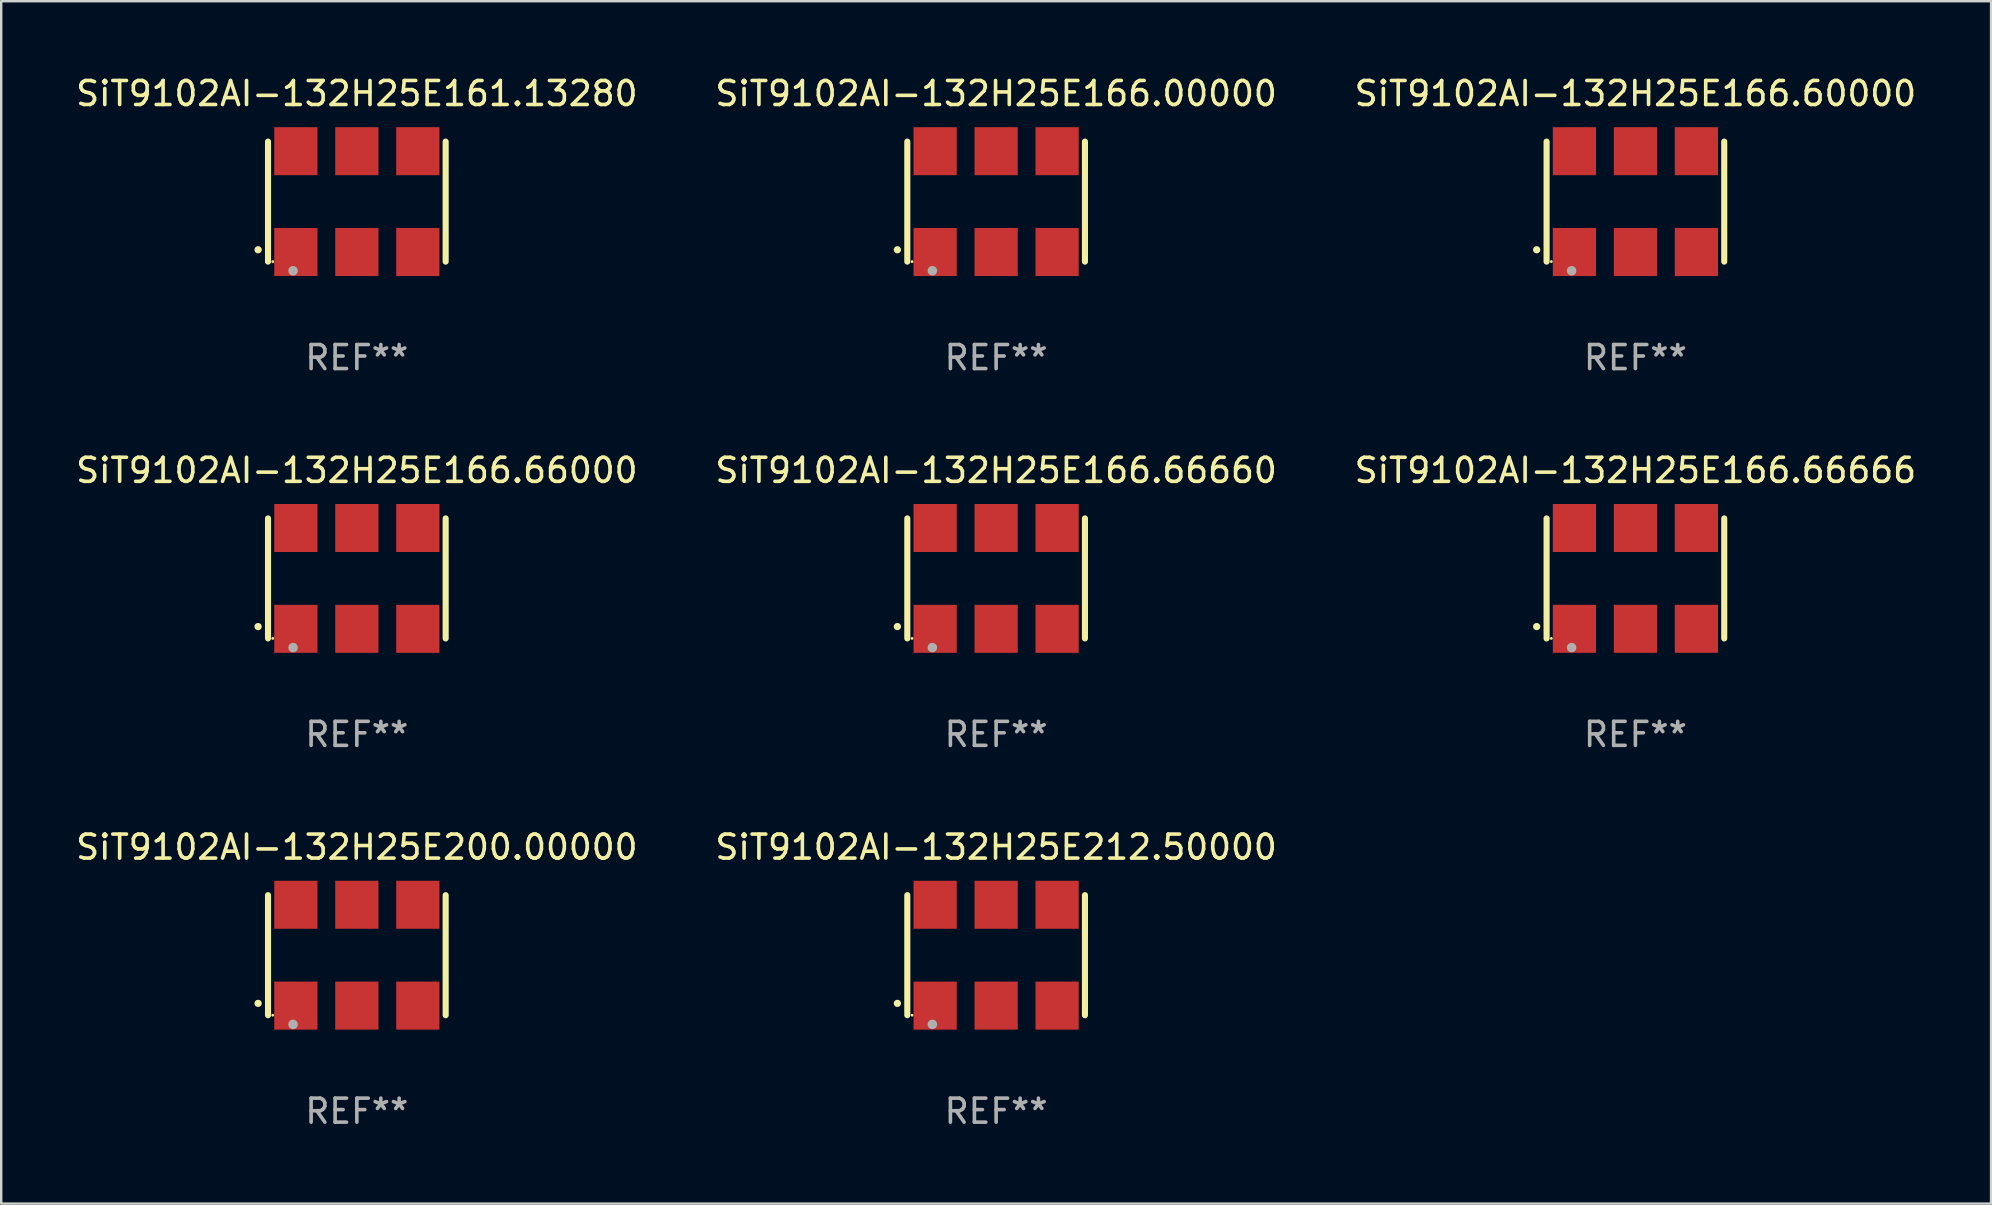
<source format=kicad_pcb>
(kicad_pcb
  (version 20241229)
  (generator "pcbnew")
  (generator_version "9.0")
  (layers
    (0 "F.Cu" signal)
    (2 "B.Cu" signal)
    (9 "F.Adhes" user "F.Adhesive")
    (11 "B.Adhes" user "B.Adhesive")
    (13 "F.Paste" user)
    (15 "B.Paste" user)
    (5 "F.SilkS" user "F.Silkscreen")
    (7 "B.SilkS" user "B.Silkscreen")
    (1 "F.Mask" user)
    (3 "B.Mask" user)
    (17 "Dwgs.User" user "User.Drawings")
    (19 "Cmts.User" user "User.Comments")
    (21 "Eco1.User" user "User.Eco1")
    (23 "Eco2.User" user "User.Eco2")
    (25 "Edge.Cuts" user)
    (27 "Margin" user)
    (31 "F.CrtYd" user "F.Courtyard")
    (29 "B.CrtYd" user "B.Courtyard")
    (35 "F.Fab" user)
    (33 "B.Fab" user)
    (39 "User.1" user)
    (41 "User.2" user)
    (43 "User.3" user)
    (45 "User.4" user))
  (footprint "SiT9102AI-132H25E166.66660"
    (layer "F.Cu")
    (at 38.446 21.045)
    (property "Reference" "SiT9102AI-132H25E166.66660" (at 0 -4.5 0) (layer "F.SilkS") (effects (font (size 1 1) (thickness 0.15))))
    (attr through_hole)
    (fp_line (start -3.7 -2.5) (end -3.7 2.5) (stroke (width 0.254) (type solid)) (layer "F.SilkS"))
    (fp_line (start 3.7 -2.5) (end 3.7 2.5) (stroke (width 0.254) (type solid)) (layer "F.SilkS"))
    (fp_arc (start -4.114415 2.006604) (mid -4.113145 2.006599) (end -4.111875 2.006604) (stroke (width 0.3) (type solid)) (layer "F.SilkS"))
    (fp_circle (center -3.502 2.5) (end -3.472 2.5) (stroke (width 0.06) (type solid)) (fill no) (layer "F.SilkS"))
    (fp_circle (center -2.657 2.882) (end -2.557 2.882) (stroke (width 0.2) (type solid)) (fill no) (layer "F.Fab"))
    (fp_text user "REF**" (at 0 6.5 0) (layer "F.Fab") (effects (font (size 1 1) (thickness 0.15))))
    (pad "1" smd rect (at -2.54 2.1) (size 1.8 2) (layers "F.Cu" "F.Mask" "F.Paste"))
    (pad "2" smd rect (at 0.000394 2.1) (size 1.8 2) (layers "F.Cu" "F.Mask" "F.Paste"))
    (pad "3" smd rect (at 2.54 2.1) (size 1.8 2) (layers "F.Cu" "F.Mask" "F.Paste"))
    (pad "4" smd rect (at 2.54 -2.1) (size 1.8 2) (layers "F.Cu" "F.Mask" "F.Paste"))
    (pad "5" smd rect (at 0.000394 -2.1) (size 1.8 2) (layers "F.Cu" "F.Mask" "F.Paste"))
    (pad "6" smd rect (at -2.54 -2.1) (size 1.8 2) (layers "F.Cu" "F.Mask" "F.Paste")))
  (footprint "SiT9102AI-132H25E166.60000"
    (layer "F.Cu")
    (at 65.077 5.348)
    (property "Reference" "SiT9102AI-132H25E166.60000" (at 0 -4.5 0) (layer "F.SilkS") (effects (font (size 1 1) (thickness 0.15))))
    (attr through_hole)
    (fp_line (start -3.7 -2.5) (end -3.7 2.5) (stroke (width 0.254) (type solid)) (layer "F.SilkS"))
    (fp_line (start 3.7 -2.5) (end 3.7 2.5) (stroke (width 0.254) (type solid)) (layer "F.SilkS"))
    (fp_arc (start -4.114415 2.006604) (mid -4.113145 2.006599) (end -4.111875 2.006604) (stroke (width 0.3) (type solid)) (layer "F.SilkS"))
    (fp_circle (center -3.502 2.5) (end -3.472 2.5) (stroke (width 0.06) (type solid)) (fill no) (layer "F.SilkS"))
    (fp_circle (center -2.657 2.882) (end -2.557 2.882) (stroke (width 0.2) (type solid)) (fill no) (layer "F.Fab"))
    (fp_text user "REF**" (at 0 6.5 0) (layer "F.Fab") (effects (font (size 1 1) (thickness 0.15))))
    (pad "1" smd rect (at -2.54 2.1) (size 1.8 2) (layers "F.Cu" "F.Mask" "F.Paste"))
    (pad "2" smd rect (at 0.000394 2.1) (size 1.8 2) (layers "F.Cu" "F.Mask" "F.Paste"))
    (pad "3" smd rect (at 2.54 2.1) (size 1.8 2) (layers "F.Cu" "F.Mask" "F.Paste"))
    (pad "4" smd rect (at 2.54 -2.1) (size 1.8 2) (layers "F.Cu" "F.Mask" "F.Paste"))
    (pad "5" smd rect (at 0.000394 -2.1) (size 1.8 2) (layers "F.Cu" "F.Mask" "F.Paste"))
    (pad "6" smd rect (at -2.54 -2.1) (size 1.8 2) (layers "F.Cu" "F.Mask" "F.Paste")))
  (footprint "SiT9102AI-132H25E161.13280"
    (layer "F.Cu")
    (at 11.815 5.348)
    (property "Reference" "SiT9102AI-132H25E161.13280" (at 0 -4.5 0) (layer "F.SilkS") (effects (font (size 1 1) (thickness 0.15))))
    (attr through_hole)
    (fp_line (start -3.7 -2.5) (end -3.7 2.5) (stroke (width 0.254) (type solid)) (layer "F.SilkS"))
    (fp_line (start 3.7 -2.5) (end 3.7 2.5) (stroke (width 0.254) (type solid)) (layer "F.SilkS"))
    (fp_arc (start -4.114415 2.006604) (mid -4.113145 2.006599) (end -4.111875 2.006604) (stroke (width 0.3) (type solid)) (layer "F.SilkS"))
    (fp_circle (center -3.502 2.5) (end -3.472 2.5) (stroke (width 0.06) (type solid)) (fill no) (layer "F.SilkS"))
    (fp_circle (center -2.657 2.882) (end -2.557 2.882) (stroke (width 0.2) (type solid)) (fill no) (layer "F.Fab"))
    (fp_text user "REF**" (at 0 6.5 0) (layer "F.Fab") (effects (font (size 1 1) (thickness 0.15))))
    (pad "1" smd rect (at -2.54 2.1) (size 1.8 2) (layers "F.Cu" "F.Mask" "F.Paste"))
    (pad "2" smd rect (at 0.000394 2.1) (size 1.8 2) (layers "F.Cu" "F.Mask" "F.Paste"))
    (pad "3" smd rect (at 2.54 2.1) (size 1.8 2) (layers "F.Cu" "F.Mask" "F.Paste"))
    (pad "4" smd rect (at 2.54 -2.1) (size 1.8 2) (layers "F.Cu" "F.Mask" "F.Paste"))
    (pad "5" smd rect (at 0.000394 -2.1) (size 1.8 2) (layers "F.Cu" "F.Mask" "F.Paste"))
    (pad "6" smd rect (at -2.54 -2.1) (size 1.8 2) (layers "F.Cu" "F.Mask" "F.Paste")))
  (footprint "SiT9102AI-132H25E200.00000"
    (layer "F.Cu")
    (at 11.815 36.741)
    (property "Reference" "SiT9102AI-132H25E200.00000" (at 0 -4.5 0) (layer "F.SilkS") (effects (font (size 1 1) (thickness 0.15))))
    (attr through_hole)
    (fp_line (start -3.7 -2.5) (end -3.7 2.5) (stroke (width 0.254) (type solid)) (layer "F.SilkS"))
    (fp_line (start 3.7 -2.5) (end 3.7 2.5) (stroke (width 0.254) (type solid)) (layer "F.SilkS"))
    (fp_arc (start -4.114415 2.006604) (mid -4.113145 2.006599) (end -4.111875 2.006604) (stroke (width 0.3) (type solid)) (layer "F.SilkS"))
    (fp_circle (center -3.502 2.5) (end -3.472 2.5) (stroke (width 0.06) (type solid)) (fill no) (layer "F.SilkS"))
    (fp_circle (center -2.657 2.882) (end -2.557 2.882) (stroke (width 0.2) (type solid)) (fill no) (layer "F.Fab"))
    (fp_text user "REF**" (at 0 6.5 0) (layer "F.Fab") (effects (font (size 1 1) (thickness 0.15))))
    (pad "1" smd rect (at -2.54 2.1) (size 1.8 2) (layers "F.Cu" "F.Mask" "F.Paste"))
    (pad "2" smd rect (at 0.000394 2.1) (size 1.8 2) (layers "F.Cu" "F.Mask" "F.Paste"))
    (pad "3" smd rect (at 2.54 2.1) (size 1.8 2) (layers "F.Cu" "F.Mask" "F.Paste"))
    (pad "4" smd rect (at 2.54 -2.1) (size 1.8 2) (layers "F.Cu" "F.Mask" "F.Paste"))
    (pad "5" smd rect (at 0.000394 -2.1) (size 1.8 2) (layers "F.Cu" "F.Mask" "F.Paste"))
    (pad "6" smd rect (at -2.54 -2.1) (size 1.8 2) (layers "F.Cu" "F.Mask" "F.Paste")))
  (footprint "SiT9102AI-132H25E166.66000"
    (layer "F.Cu")
    (at 11.815 21.045)
    (property "Reference" "SiT9102AI-132H25E166.66000" (at 0 -4.5 0) (layer "F.SilkS") (effects (font (size 1 1) (thickness 0.15))))
    (attr through_hole)
    (fp_line (start -3.7 -2.5) (end -3.7 2.5) (stroke (width 0.254) (type solid)) (layer "F.SilkS"))
    (fp_line (start 3.7 -2.5) (end 3.7 2.5) (stroke (width 0.254) (type solid)) (layer "F.SilkS"))
    (fp_arc (start -4.114415 2.006604) (mid -4.113145 2.006599) (end -4.111875 2.006604) (stroke (width 0.3) (type solid)) (layer "F.SilkS"))
    (fp_circle (center -3.502 2.5) (end -3.472 2.5) (stroke (width 0.06) (type solid)) (fill no) (layer "F.SilkS"))
    (fp_circle (center -2.657 2.882) (end -2.557 2.882) (stroke (width 0.2) (type solid)) (fill no) (layer "F.Fab"))
    (fp_text user "REF**" (at 0 6.5 0) (layer "F.Fab") (effects (font (size 1 1) (thickness 0.15))))
    (pad "1" smd rect (at -2.54 2.1) (size 1.8 2) (layers "F.Cu" "F.Mask" "F.Paste"))
    (pad "2" smd rect (at 0.000394 2.1) (size 1.8 2) (layers "F.Cu" "F.Mask" "F.Paste"))
    (pad "3" smd rect (at 2.54 2.1) (size 1.8 2) (layers "F.Cu" "F.Mask" "F.Paste"))
    (pad "4" smd rect (at 2.54 -2.1) (size 1.8 2) (layers "F.Cu" "F.Mask" "F.Paste"))
    (pad "5" smd rect (at 0.000394 -2.1) (size 1.8 2) (layers "F.Cu" "F.Mask" "F.Paste"))
    (pad "6" smd rect (at -2.54 -2.1) (size 1.8 2) (layers "F.Cu" "F.Mask" "F.Paste")))
  (footprint "SiT9102AI-132H25E212.50000"
    (layer "F.Cu")
    (at 38.446 36.741)
    (property "Reference" "SiT9102AI-132H25E212.50000" (at 0 -4.5 0) (layer "F.SilkS") (effects (font (size 1 1) (thickness 0.15))))
    (attr through_hole)
    (fp_line (start -3.7 -2.5) (end -3.7 2.5) (stroke (width 0.254) (type solid)) (layer "F.SilkS"))
    (fp_line (start 3.7 -2.5) (end 3.7 2.5) (stroke (width 0.254) (type solid)) (layer "F.SilkS"))
    (fp_arc (start -4.114415 2.006604) (mid -4.113145 2.006599) (end -4.111875 2.006604) (stroke (width 0.3) (type solid)) (layer "F.SilkS"))
    (fp_circle (center -3.502 2.5) (end -3.472 2.5) (stroke (width 0.06) (type solid)) (fill no) (layer "F.SilkS"))
    (fp_circle (center -2.657 2.882) (end -2.557 2.882) (stroke (width 0.2) (type solid)) (fill no) (layer "F.Fab"))
    (fp_text user "REF**" (at 0 6.5 0) (layer "F.Fab") (effects (font (size 1 1) (thickness 0.15))))
    (pad "1" smd rect (at -2.54 2.1) (size 1.8 2) (layers "F.Cu" "F.Mask" "F.Paste"))
    (pad "2" smd rect (at 0.000394 2.1) (size 1.8 2) (layers "F.Cu" "F.Mask" "F.Paste"))
    (pad "3" smd rect (at 2.54 2.1) (size 1.8 2) (layers "F.Cu" "F.Mask" "F.Paste"))
    (pad "4" smd rect (at 2.54 -2.1) (size 1.8 2) (layers "F.Cu" "F.Mask" "F.Paste"))
    (pad "5" smd rect (at 0.000394 -2.1) (size 1.8 2) (layers "F.Cu" "F.Mask" "F.Paste"))
    (pad "6" smd rect (at -2.54 -2.1) (size 1.8 2) (layers "F.Cu" "F.Mask" "F.Paste")))
  (footprint "SiT9102AI-132H25E166.66666"
    (layer "F.Cu")
    (at 65.077 21.045)
    (property "Reference" "SiT9102AI-132H25E166.66666" (at 0 -4.5 0) (layer "F.SilkS") (effects (font (size 1 1) (thickness 0.15))))
    (attr through_hole)
    (fp_line (start -3.7 -2.5) (end -3.7 2.5) (stroke (width 0.254) (type solid)) (layer "F.SilkS"))
    (fp_line (start 3.7 -2.5) (end 3.7 2.5) (stroke (width 0.254) (type solid)) (layer "F.SilkS"))
    (fp_arc (start -4.114415 2.006604) (mid -4.113145 2.006599) (end -4.111875 2.006604) (stroke (width 0.3) (type solid)) (layer "F.SilkS"))
    (fp_circle (center -3.502 2.5) (end -3.472 2.5) (stroke (width 0.06) (type solid)) (fill no) (layer "F.SilkS"))
    (fp_circle (center -2.657 2.882) (end -2.557 2.882) (stroke (width 0.2) (type solid)) (fill no) (layer "F.Fab"))
    (fp_text user "REF**" (at 0 6.5 0) (layer "F.Fab") (effects (font (size 1 1) (thickness 0.15))))
    (pad "1" smd rect (at -2.54 2.1) (size 1.8 2) (layers "F.Cu" "F.Mask" "F.Paste"))
    (pad "2" smd rect (at 0.000394 2.1) (size 1.8 2) (layers "F.Cu" "F.Mask" "F.Paste"))
    (pad "3" smd rect (at 2.54 2.1) (size 1.8 2) (layers "F.Cu" "F.Mask" "F.Paste"))
    (pad "4" smd rect (at 2.54 -2.1) (size 1.8 2) (layers "F.Cu" "F.Mask" "F.Paste"))
    (pad "5" smd rect (at 0.000394 -2.1) (size 1.8 2) (layers "F.Cu" "F.Mask" "F.Paste"))
    (pad "6" smd rect (at -2.54 -2.1) (size 1.8 2) (layers "F.Cu" "F.Mask" "F.Paste")))
  (footprint "SiT9102AI-132H25E166.00000"
    (layer "F.Cu")
    (at 38.446 5.348)
    (property "Reference" "SiT9102AI-132H25E166.00000" (at 0 -4.5 0) (layer "F.SilkS") (effects (font (size 1 1) (thickness 0.15))))
    (attr through_hole)
    (fp_line (start -3.7 -2.5) (end -3.7 2.5) (stroke (width 0.254) (type solid)) (layer "F.SilkS"))
    (fp_line (start 3.7 -2.5) (end 3.7 2.5) (stroke (width 0.254) (type solid)) (layer "F.SilkS"))
    (fp_arc (start -4.114415 2.006604) (mid -4.113145 2.006599) (end -4.111875 2.006604) (stroke (width 0.3) (type solid)) (layer "F.SilkS"))
    (fp_circle (center -3.502 2.5) (end -3.472 2.5) (stroke (width 0.06) (type solid)) (fill no) (layer "F.SilkS"))
    (fp_circle (center -2.657 2.882) (end -2.557 2.882) (stroke (width 0.2) (type solid)) (fill no) (layer "F.Fab"))
    (fp_text user "REF**" (at 0 6.5 0) (layer "F.Fab") (effects (font (size 1 1) (thickness 0.15))))
    (pad "1" smd rect (at -2.54 2.1) (size 1.8 2) (layers "F.Cu" "F.Mask" "F.Paste"))
    (pad "2" smd rect (at 0.000394 2.1) (size 1.8 2) (layers "F.Cu" "F.Mask" "F.Paste"))
    (pad "3" smd rect (at 2.54 2.1) (size 1.8 2) (layers "F.Cu" "F.Mask" "F.Paste"))
    (pad "4" smd rect (at 2.54 -2.1) (size 1.8 2) (layers "F.Cu" "F.Mask" "F.Paste"))
    (pad "5" smd rect (at 0.000394 -2.1) (size 1.8 2) (layers "F.Cu" "F.Mask" "F.Paste"))
    (pad "6" smd rect (at -2.54 -2.1) (size 1.8 2) (layers "F.Cu" "F.Mask" "F.Paste")))
  (gr_rect
    (start -3 -3)
    (end 79.893 47.09)
    (stroke (width 0.1) (type default))
    (fill no)
    (layer "Edge.Cuts")))
</source>
